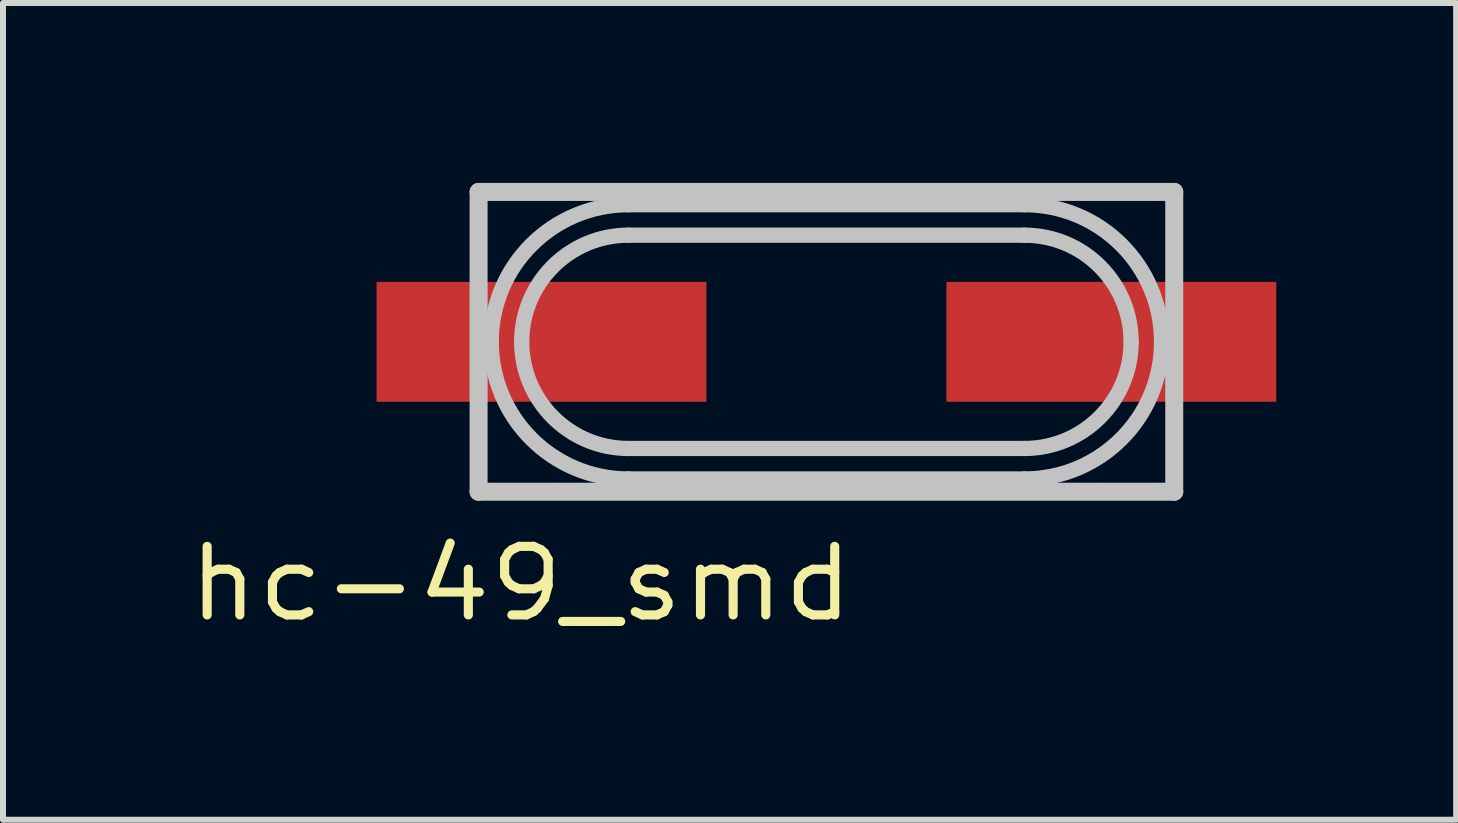
<source format=kicad_pcb>
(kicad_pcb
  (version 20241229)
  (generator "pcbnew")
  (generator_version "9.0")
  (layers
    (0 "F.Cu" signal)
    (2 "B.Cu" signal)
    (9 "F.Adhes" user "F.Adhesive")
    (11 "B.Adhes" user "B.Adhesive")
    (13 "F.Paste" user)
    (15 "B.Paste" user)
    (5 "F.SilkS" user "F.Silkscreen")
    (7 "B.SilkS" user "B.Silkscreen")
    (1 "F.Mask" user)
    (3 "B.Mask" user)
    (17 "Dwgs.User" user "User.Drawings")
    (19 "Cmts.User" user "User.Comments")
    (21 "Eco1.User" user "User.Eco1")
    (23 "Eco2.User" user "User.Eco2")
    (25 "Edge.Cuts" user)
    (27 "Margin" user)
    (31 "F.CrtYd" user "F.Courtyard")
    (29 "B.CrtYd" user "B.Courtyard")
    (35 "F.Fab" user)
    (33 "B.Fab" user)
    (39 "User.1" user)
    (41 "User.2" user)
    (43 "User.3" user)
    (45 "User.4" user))
  (footprint "hc-49_smd"
    (layer "F.Cu")
    (at 10.728 2.649)
    (property "Reference" "hc-49_smd" (at -5.093 4.032 0) (layer "F.SilkS") (effects (font (size 1.143 1.27) (thickness 0.152))))
    (attr through_hole)
    (fp_line (start -5.799 -2.499) (end -5.799 2.499) (stroke (width 0.3) (type solid)) (layer "Dwgs.User"))
    (fp_line (start -5.799 2.499) (end 5.799 2.499) (stroke (width 0.3) (type solid)) (layer "Dwgs.User"))
    (fp_line (start -3.302 -2.286) (end 3.302 -2.286) (stroke (width 0.254) (type solid)) (layer "Dwgs.User"))
    (fp_line (start -3.302 1.778) (end 3.302 1.778) (stroke (width 0.254) (type solid)) (layer "Dwgs.User"))
    (fp_line (start 3.302 -1.778) (end -3.302 -1.778) (stroke (width 0.254) (type solid)) (layer "Dwgs.User"))
    (fp_line (start 3.302 2.286) (end -3.302 2.286) (stroke (width 0.254) (type solid)) (layer "Dwgs.User"))
    (fp_line (start 5.799 -2.499) (end -5.799 -2.499) (stroke (width 0.3) (type solid)) (layer "Dwgs.User"))
    (fp_line (start 5.799 2.499) (end 5.799 -2.499) (stroke (width 0.3) (type solid)) (layer "Dwgs.User"))
    (fp_arc (start -5.588 0) (mid -4.918446 -1.616446) (end -3.302 -2.286) (stroke (width 0.254) (type solid)) (layer "Dwgs.User"))
    (fp_arc (start -5.08 0) (mid -4.559236 -1.257236) (end -3.302 -1.778) (stroke (width 0.254) (type solid)) (layer "Dwgs.User"))
    (fp_arc (start -3.302 1.778) (mid -4.559236 1.257236) (end -5.08 0) (stroke (width 0.254) (type solid)) (layer "Dwgs.User"))
    (fp_arc (start -3.302 2.286) (mid -4.918446 1.616446) (end -5.588 0) (stroke (width 0.254) (type solid)) (layer "Dwgs.User"))
    (fp_arc (start 3.302 -2.286) (mid 4.918446 -1.616446) (end 5.588 0) (stroke (width 0.254) (type solid)) (layer "Dwgs.User"))
    (fp_arc (start 3.302 -1.778) (mid 4.559236 -1.257236) (end 5.08 0) (stroke (width 0.254) (type solid)) (layer "Dwgs.User"))
    (fp_arc (start 5.08 0) (mid 4.559236 1.257236) (end 3.302 1.778) (stroke (width 0.254) (type solid)) (layer "Dwgs.User"))
    (fp_arc (start 5.588 0) (mid 4.918446 1.616446) (end 3.302 2.286) (stroke (width 0.254) (type solid)) (layer "Dwgs.User"))
    (pad "1" smd rect (at -4.75 0) (size 5.499 1.999) (layers "F.Cu" "F.Mask" "F.Paste"))
    (pad "2" smd rect (at 4.75 0) (size 5.499 1.999) (layers "F.Cu" "F.Mask" "F.Paste")))
  (gr_rect
    (start -3 -3)
    (end 21.227 10.617)
    (stroke (width 0.1) (type default))
    (fill no)
    (layer "Edge.Cuts")))
</source>
